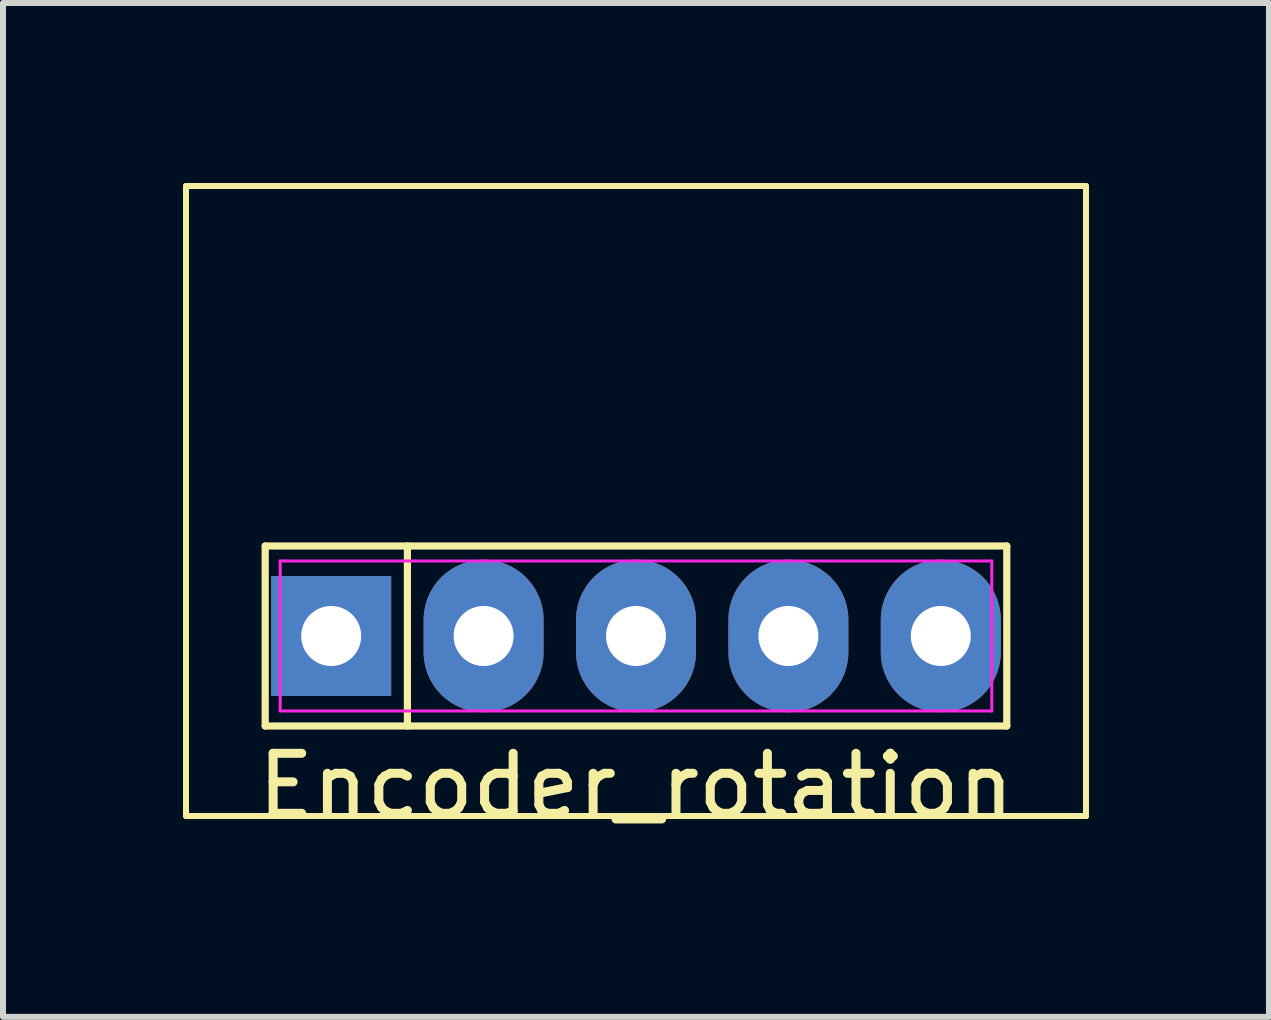
<source format=kicad_pcb>
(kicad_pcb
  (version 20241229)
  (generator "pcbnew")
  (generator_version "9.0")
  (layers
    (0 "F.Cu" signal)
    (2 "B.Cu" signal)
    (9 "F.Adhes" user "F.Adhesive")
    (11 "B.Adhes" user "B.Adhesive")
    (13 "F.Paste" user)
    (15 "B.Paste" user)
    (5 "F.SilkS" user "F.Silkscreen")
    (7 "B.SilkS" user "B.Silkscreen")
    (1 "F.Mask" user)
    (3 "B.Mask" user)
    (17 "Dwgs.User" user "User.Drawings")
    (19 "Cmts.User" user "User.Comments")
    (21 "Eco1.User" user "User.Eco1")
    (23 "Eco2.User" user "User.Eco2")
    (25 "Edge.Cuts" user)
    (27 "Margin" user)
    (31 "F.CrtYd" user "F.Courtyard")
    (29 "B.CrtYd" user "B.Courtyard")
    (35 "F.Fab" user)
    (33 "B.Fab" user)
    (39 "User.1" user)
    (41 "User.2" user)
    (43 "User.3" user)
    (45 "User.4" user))
  (footprint "Encoder_rotation"
    (layer "F.Cu")
    (at 7.55 7.55)
    (property "Reference" "Encoder_rotation" (at 0 2.5 0) (layer "F.SilkS") (effects (font (size 1 1) (thickness 0.15))))
    (attr through_hole)
    (fp_line (start -7.5 -7.5) (end 7.5 -7.5) (stroke (width 0.1) (type default)) (layer "F.SilkS"))
    (fp_line (start -7.5 3) (end -7.5 -7.5) (stroke (width 0.1) (type default)) (layer "F.SilkS"))
    (fp_line (start -6.18 -1.5) (end 6.18 -1.5) (stroke (width 0.12) (type default)) (layer "F.SilkS"))
    (fp_line (start -6.18 1.5) (end -6.18 -1.5) (stroke (width 0.12) (type default)) (layer "F.SilkS"))
    (fp_line (start -3.81 -1.5) (end -3.81 1.5) (stroke (width 0.12) (type default)) (layer "F.SilkS"))
    (fp_line (start 6.18 -1.5) (end 6.18 1.5) (stroke (width 0.12) (type default)) (layer "F.SilkS"))
    (fp_line (start 6.18 1.5) (end -6.18 1.5) (stroke (width 0.12) (type default)) (layer "F.SilkS"))
    (fp_line (start 7.5 -7.5) (end 7.5 3) (stroke (width 0.1) (type default)) (layer "F.SilkS"))
    (fp_line (start 7.5 3) (end -7.5 3) (stroke (width 0.1) (type default)) (layer "F.SilkS"))
    (fp_line (start 7.5 3) (end 7.5 3) (stroke (width 0.1) (type default)) (layer "F.SilkS"))
    (fp_line (start -5.93 -1.25) (end 5.93 -1.25) (stroke (width 0.05) (type default)) (layer "F.CrtYd"))
    (fp_line (start -5.93 1.25) (end -5.93 -1.25) (stroke (width 0.05) (type default)) (layer "F.CrtYd"))
    (fp_line (start 5.93 -1.25) (end 5.93 1.25) (stroke (width 0.05) (type default)) (layer "F.CrtYd"))
    (fp_line (start 5.93 1.25) (end -5.93 1.25) (stroke (width 0.05) (type default)) (layer "F.CrtYd"))
    (pad "1" thru_hole rect (at -5.08 0) (size 2 2) (drill 1) (layers "*.Cu" "*.Mask"))
    (pad "2" thru_hole oval (at -2.54 0) (size 2 2.54) (drill 1) (layers "*.Cu" "*.Mask"))
    (pad "3" thru_hole oval (at 0 0) (size 2 2.54) (drill 1) (layers "*.Cu" "*.Mask"))
    (pad "4" thru_hole oval (at 2.54 0) (size 2 2.54) (drill 1) (layers "*.Cu" "*.Mask"))
    (pad "5" thru_hole oval (at 5.08 0) (size 2 2.54) (drill 1) (layers "*.Cu" "*.Mask")))
  (gr_rect
    (start -3 -3)
    (end 18.1 13.898)
    (stroke (width 0.1) (type default))
    (fill no)
    (layer "Edge.Cuts")))
</source>
